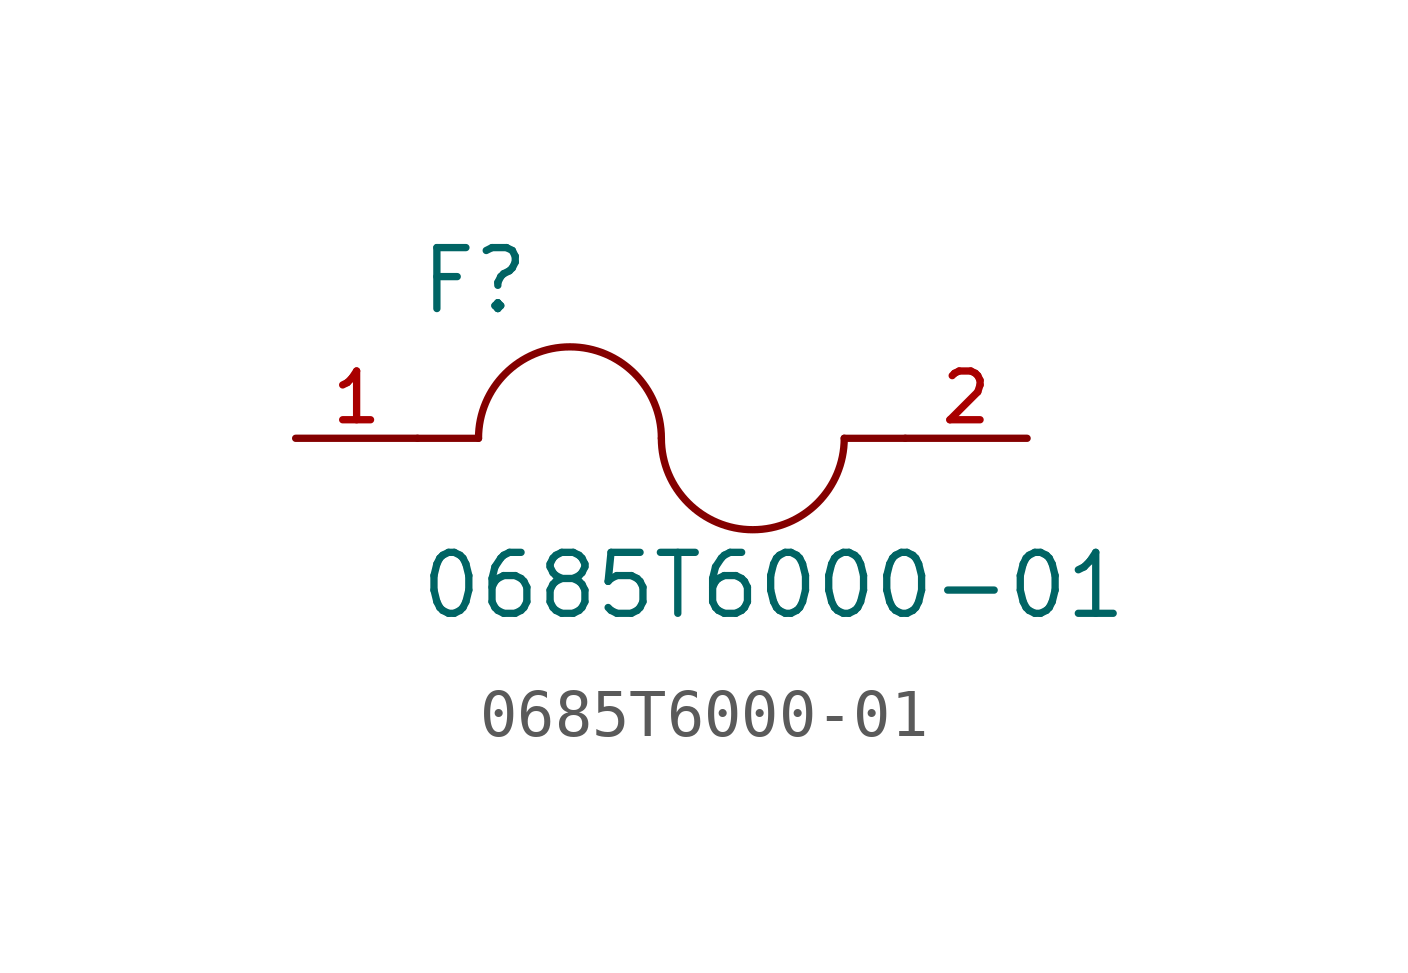
<source format=kicad_sym>
(kicad_symbol_lib
  (version 20211014)
  (generator kicad_symbol_editor)
  (symbol "0685T6000-01"
    (pin_names
      (offset 1.016))
    (property "Reference" "F"
      (at -5.08 2.54 0)
      (effects (font (size 1.27 1.27)) (justify bottom left)))
    (property "Value" "0685T6000-01"
      (at -5.08 -3.81 0)
      (effects (font (size 1.27 1.27)) (justify bottom left)))
    (symbol "0685T6000-01_0_0"
      (arc (start 0.0 0.0) (mid -1.905 1.905) (end -3.81 0.0) (stroke (width 0.1524) (type default) (color 0 0 0 0)) (fill (type none)))
      (arc (start 3.81 0.0) (mid 1.905 -1.905) (end 0.0 0.0) (stroke (width 0.1524) (type default) (color 0 0 0 0)) (fill (type none)))
      (polyline (pts (xy 5.08 0.0) (xy 3.81 0.0)) (stroke (width 0.152)))
      (polyline (pts (xy -5.08 0.0) (xy -3.81 0.0)) (stroke (width 0.152)))
      (pin passive line (at -7.62 0.0 0) (length 2.54) (name "~" (effects (font (size 1.016 1.016)))) (number "1" (effects (font (size 1.016 1.016)))))
      (pin passive line (at 7.62 0.0 180.0) (length 2.54) (name "~" (effects (font (size 1.016 1.016)))) (number "2" (effects (font (size 1.016 1.016))))))))
</source>
